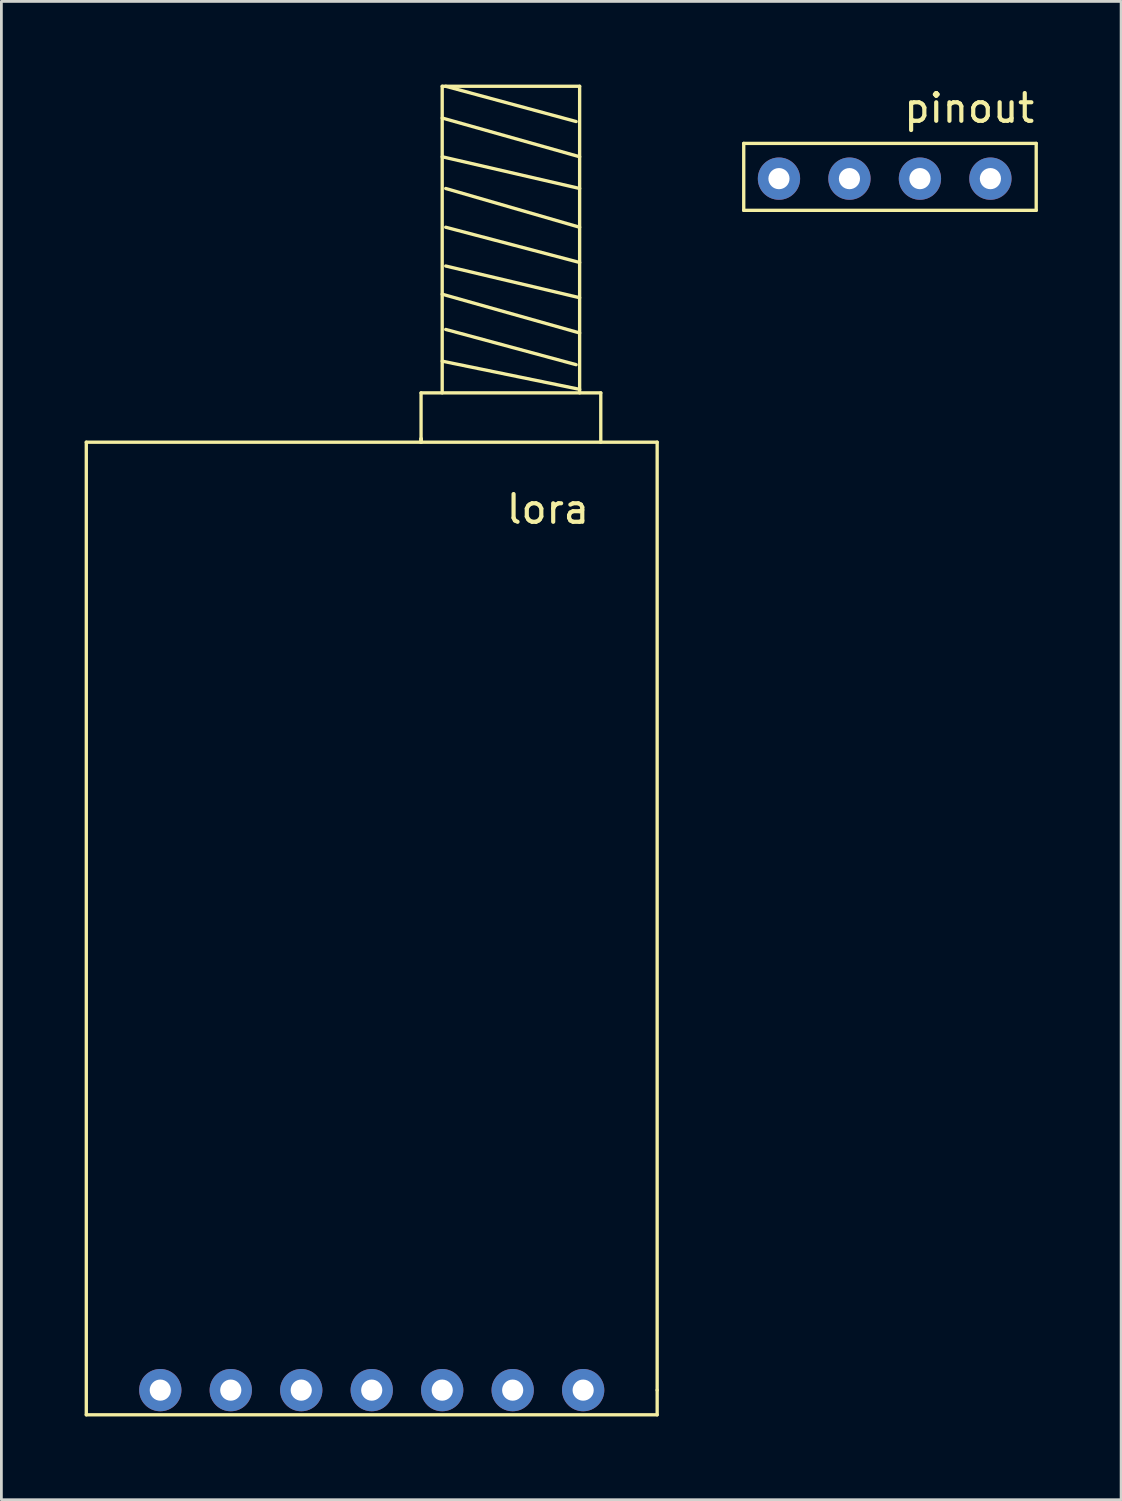
<source format=kicad_pcb>
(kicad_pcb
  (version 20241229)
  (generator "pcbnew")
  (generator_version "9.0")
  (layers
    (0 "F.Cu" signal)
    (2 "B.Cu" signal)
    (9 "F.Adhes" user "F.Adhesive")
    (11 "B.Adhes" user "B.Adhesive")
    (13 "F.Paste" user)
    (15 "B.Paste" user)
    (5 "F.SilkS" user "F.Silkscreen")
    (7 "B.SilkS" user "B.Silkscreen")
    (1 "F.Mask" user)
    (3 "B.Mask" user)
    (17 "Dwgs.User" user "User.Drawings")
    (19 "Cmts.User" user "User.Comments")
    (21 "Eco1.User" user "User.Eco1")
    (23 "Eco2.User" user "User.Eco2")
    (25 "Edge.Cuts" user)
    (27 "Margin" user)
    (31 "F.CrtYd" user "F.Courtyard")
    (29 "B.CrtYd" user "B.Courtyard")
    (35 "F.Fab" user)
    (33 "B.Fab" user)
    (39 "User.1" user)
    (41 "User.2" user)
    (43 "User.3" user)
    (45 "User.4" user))
  (footprint "lora"
    (layer "F.Cu")
    (at 9.331 30.794)
    (property "Reference" "lora" (at 7.366 -15.494 0) (layer "F.SilkS") (effects (font (size 1 1) (thickness 0.15))))
    (attr through_hole)
    (fp_line (start -9.271 -17.907) (end -9.271 17.145) (stroke (width 0.12) (type solid)) (layer "F.SilkS"))
    (fp_line (start -9.271 17.145) (end 11.303 17.145) (stroke (width 0.12) (type solid)) (layer "F.SilkS"))
    (fp_line (start 2.794 -19.685) (end 2.794 -17.907) (stroke (width 0.12) (type solid)) (layer "F.SilkS"))
    (fp_line (start 2.794 -18.034) (end 2.794 -17.907) (stroke (width 0.12) (type solid)) (layer "F.SilkS"))
    (fp_line (start 2.794 -17.907) (end 2.794 -18.034) (stroke (width 0.12) (type solid)) (layer "F.SilkS"))
    (fp_line (start 3.556 -30.734) (end 8.509 -30.734) (stroke (width 0.12) (type solid)) (layer "F.SilkS"))
    (fp_line (start 3.556 -29.591) (end 8.509 -28.194) (stroke (width 0.12) (type solid)) (layer "F.SilkS"))
    (fp_line (start 3.556 -28.194) (end 8.509 -27.051) (stroke (width 0.12) (type solid)) (layer "F.SilkS"))
    (fp_line (start 3.556 -23.241) (end 8.509 -21.844) (stroke (width 0.12) (type solid)) (layer "F.SilkS"))
    (fp_line (start 3.556 -20.828) (end 8.509 -19.812) (stroke (width 0.12) (type solid)) (layer "F.SilkS"))
    (fp_line (start 3.556 -19.685) (end 3.556 -30.734) (stroke (width 0.12) (type solid)) (layer "F.SilkS"))
    (fp_line (start 3.683 -30.734) (end 8.382 -29.464) (stroke (width 0.12) (type solid)) (layer "F.SilkS"))
    (fp_line (start 3.683 -27.051) (end 8.509 -25.654) (stroke (width 0.12) (type solid)) (layer "F.SilkS"))
    (fp_line (start 3.683 -25.654) (end 8.509 -24.384) (stroke (width 0.12) (type solid)) (layer "F.SilkS"))
    (fp_line (start 3.683 -24.257) (end 8.509 -23.114) (stroke (width 0.12) (type solid)) (layer "F.SilkS"))
    (fp_line (start 3.683 -21.971) (end 8.382 -20.701) (stroke (width 0.12) (type solid)) (layer "F.SilkS"))
    (fp_line (start 8.509 -19.685) (end 8.509 -30.734) (stroke (width 0.12) (type solid)) (layer "F.SilkS"))
    (fp_line (start 9.271 -19.685) (end 2.794 -19.685) (stroke (width 0.12) (type solid)) (layer "F.SilkS"))
    (fp_line (start 9.271 -17.907) (end 9.271 -19.685) (stroke (width 0.12) (type solid)) (layer "F.SilkS"))
    (fp_line (start 11.303 -17.907) (end -9.271 -17.907) (stroke (width 0.12) (type solid)) (layer "F.SilkS"))
    (fp_line (start 11.303 16.256) (end 11.303 -17.907) (stroke (width 0.12) (type solid)) (layer "F.SilkS"))
    (fp_line (start 11.303 17.145) (end 11.303 16.256) (stroke (width 0.12) (type solid)) (layer "F.SilkS"))
    (pad "1" thru_hole circle (at -6.604 16.256) (size 1.524 1.524) (drill 0.762) (layers "*.Cu" "*.Mask"))
    (pad "2" thru_hole circle (at -4.064 16.256) (size 1.524 1.524) (drill 0.762) (layers "*.Cu" "*.Mask"))
    (pad "3" thru_hole circle (at -1.524 16.256) (size 1.524 1.524) (drill 0.762) (layers "*.Cu" "*.Mask"))
    (pad "4" thru_hole circle (at 1.016 16.256) (size 1.524 1.524) (drill 0.762) (layers "*.Cu" "*.Mask"))
    (pad "5" thru_hole circle (at 3.556 16.256) (size 1.524 1.524) (drill 0.762) (layers "*.Cu" "*.Mask"))
    (pad "6" thru_hole circle (at 6.096 16.256) (size 1.524 1.524) (drill 0.762) (layers "*.Cu" "*.Mask"))
    (pad "7" thru_hole circle (at 8.636 16.256) (size 1.524 1.524) (drill 0.762) (layers "*.Cu" "*.Mask")))
  (footprint "pinout"
    (layer "F.Cu")
    (at 28.961 3.388)
    (property "Reference" "pinout" (at 2.921 -2.54 0) (layer "F.SilkS") (effects (font (size 1 1) (thickness 0.15))))
    (attr through_hole)
    (fp_line (start -5.207 -1.27) (end 5.334 -1.27) (stroke (width 0.12) (type solid)) (layer "F.SilkS"))
    (fp_line (start -5.207 1.143) (end -5.207 -1.27) (stroke (width 0.12) (type solid)) (layer "F.SilkS"))
    (fp_line (start 5.334 -1.27) (end 5.334 1.143) (stroke (width 0.12) (type solid)) (layer "F.SilkS"))
    (fp_line (start 5.334 1.143) (end -5.207 1.143) (stroke (width 0.12) (type solid)) (layer "F.SilkS"))
    (pad "1" thru_hole circle (at -3.937 0) (size 1.524 1.524) (drill 0.762) (layers "*.Cu" "*.Mask"))
    (pad "2" thru_hole circle (at -1.397 0) (size 1.524 1.524) (drill 0.762) (layers "*.Cu" "*.Mask"))
    (pad "3" thru_hole circle (at 1.143 0) (size 1.524 1.524) (drill 0.762) (layers "*.Cu" "*.Mask"))
    (pad "4" thru_hole circle (at 3.683 0) (size 1.524 1.524) (drill 0.762) (layers "*.Cu" "*.Mask")))
  (gr_rect
    (start -3 -3)
    (end 37.355 50.999)
    (stroke (width 0.1) (type default))
    (fill no)
    (layer "Edge.Cuts")))
</source>
